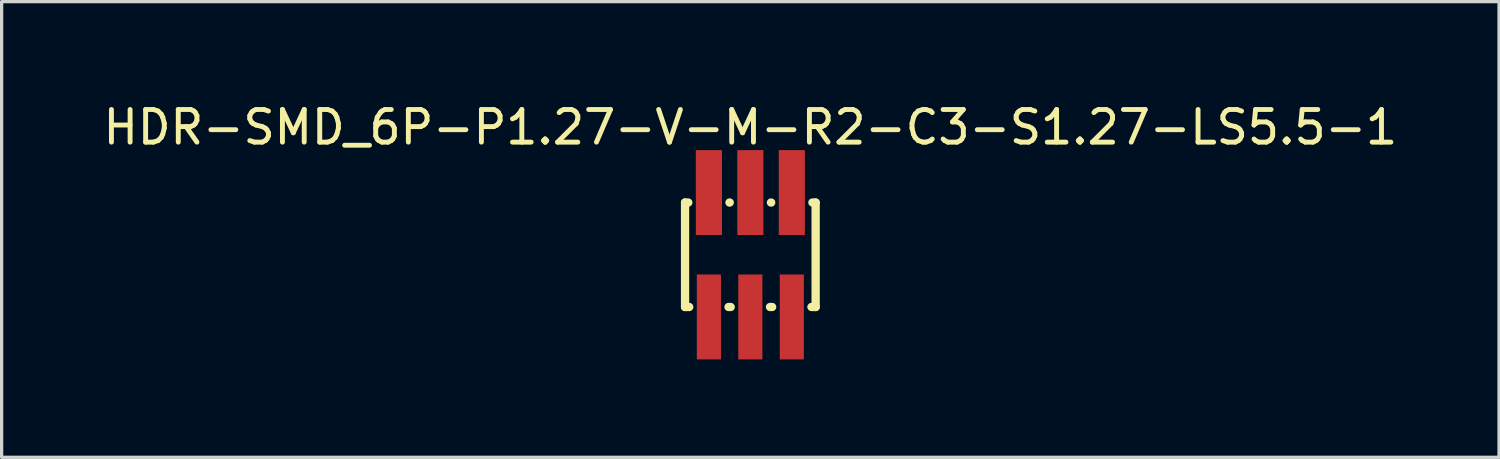
<source format=kicad_pcb>
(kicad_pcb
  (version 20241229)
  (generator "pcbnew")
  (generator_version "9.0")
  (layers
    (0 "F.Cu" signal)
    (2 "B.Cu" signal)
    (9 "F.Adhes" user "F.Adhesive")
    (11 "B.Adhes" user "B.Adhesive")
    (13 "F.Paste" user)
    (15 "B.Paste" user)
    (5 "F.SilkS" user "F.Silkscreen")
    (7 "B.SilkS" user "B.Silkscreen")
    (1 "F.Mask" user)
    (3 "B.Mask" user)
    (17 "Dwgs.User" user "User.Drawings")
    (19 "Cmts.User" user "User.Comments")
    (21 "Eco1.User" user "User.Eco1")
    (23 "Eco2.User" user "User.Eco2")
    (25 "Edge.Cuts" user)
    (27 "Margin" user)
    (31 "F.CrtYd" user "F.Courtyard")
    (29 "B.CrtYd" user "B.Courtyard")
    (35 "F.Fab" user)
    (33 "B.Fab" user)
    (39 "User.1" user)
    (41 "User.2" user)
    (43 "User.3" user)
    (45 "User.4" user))
  (footprint "HDR-SMD_6P-P1.27-V-M-R2-C3-S1.27-LS5.5-1"
    (layer "F.Cu")
    (at 19.935 4.754)
    (property "Reference" "HDR-SMD_6P-P1.27-V-M-R2-C3-S1.27-LS5.5-1" (at 0 -3.905 0) (layer "F.SilkS") (effects (font (size 1 1) (thickness 0.15))))
    (fp_line (start -2 -1.6) (end -2 1.6) (stroke (width 0.254) (type default)) (layer "F.SilkS"))
    (fp_line (start -2 1.6) (end -1.872 1.6) (stroke (width 0.254) (type default)) (layer "F.SilkS"))
    (fp_line (start -1.901 -1.6) (end -2 -1.6) (stroke (width 0.254) (type default)) (layer "F.SilkS"))
    (fp_line (start -0.668 1.6) (end -0.602 1.6) (stroke (width 0.254) (type default)) (layer "F.SilkS"))
    (fp_line (start -0.631 -1.6) (end -0.639 -1.6) (stroke (width 0.254) (type default)) (layer "F.SilkS"))
    (fp_line (start 0.602 1.6) (end 0.668 1.6) (stroke (width 0.254) (type default)) (layer "F.SilkS"))
    (fp_line (start 0.639 -1.6) (end 0.631 -1.6) (stroke (width 0.254) (type default)) (layer "F.SilkS"))
    (fp_line (start 1.872 1.6) (end 2 1.6) (stroke (width 0.254) (type default)) (layer "F.SilkS"))
    (fp_line (start 2 -1.6) (end 1.901 -1.6) (stroke (width 0.254) (type default)) (layer "F.SilkS"))
    (fp_line (start 2 1.6) (end 2 -1.6) (stroke (width 0.254) (type default)) (layer "F.SilkS"))
    (fp_poly (pts (xy -1.07 -2.75) (xy -1.07 -0.75) (xy -1.47 -0.75) (xy -1.47 -2.75)) (stroke (width 0.1) (type default)) (fill no) (layer "User.1"))
    (fp_poly (pts (xy -1.07 0.75) (xy -1.07 2.75) (xy -1.47 2.75) (xy -1.47 0.75)) (stroke (width 0.1) (type default)) (fill no) (layer "User.1"))
    (fp_poly (pts (xy 0.2 -2.75) (xy 0.2 -0.75) (xy -0.2 -0.75) (xy -0.2 -2.75)) (stroke (width 0.1) (type default)) (fill no) (layer "User.1"))
    (fp_poly (pts (xy 0.2 0.75) (xy 0.2 2.75) (xy -0.2 2.75) (xy -0.2 0.75)) (stroke (width 0.1) (type default)) (fill no) (layer "User.1"))
    (fp_poly (pts (xy 1.47 -2.75) (xy 1.47 -0.75) (xy 1.07 -0.75) (xy 1.07 -2.75)) (stroke (width 0.1) (type default)) (fill no) (layer "User.1"))
    (fp_poly (pts (xy 1.47 0.75) (xy 1.47 2.75) (xy 1.07 2.75) (xy 1.07 0.75)) (stroke (width 0.1) (type default)) (fill no) (layer "User.1"))
    (fp_line (start -1.905 -1.5) (end 1.905 -1.5) (stroke (width 0.051) (type default)) (layer "User.2"))
    (fp_line (start -1.905 1.5) (end -1.905 -1.5) (stroke (width 0.051) (type default)) (layer "User.2"))
    (fp_line (start 1.905 -1.5) (end 1.905 1.5) (stroke (width 0.051) (type default)) (layer "User.2"))
    (fp_line (start 1.905 1.5) (end -1.905 1.5) (stroke (width 0.051) (type default)) (layer "User.2"))
    (fp_poly (pts (xy -1.85 2.727) (xy -1.882 2.695) (xy -1.928 2.695) (xy -1.96 2.727) (xy -1.96 2.773) (xy -1.928 2.805) (xy -1.882 2.805) (xy -1.85 2.773)) (stroke (width 0.1) (type default)) (fill no) (layer "User.3"))
    (pad "1" smd rect (at -1.27 1.905 90) (size 2.601 0.739) (layers "F.Cu" "F.Mask" "F.Paste"))
    (pad "2" smd rect (at -1.27 -1.905 90) (size 2.601 0.8) (layers "F.Cu" "F.Mask" "F.Paste"))
    (pad "3" smd rect (at 0 1.905 90) (size 2.601 0.739) (layers "F.Cu" "F.Mask" "F.Paste"))
    (pad "4" smd rect (at 0 -1.905 90) (size 2.601 0.8) (layers "F.Cu" "F.Mask" "F.Paste"))
    (pad "5" smd rect (at 1.27 1.905 90) (size 2.601 0.739) (layers "F.Cu" "F.Mask" "F.Paste"))
    (pad "6" smd rect (at 1.27 -1.905 90) (size 2.601 0.8) (layers "F.Cu" "F.Mask" "F.Paste")))
  (gr_rect
    (start -3 -3)
    (end 42.869 10.959)
    (stroke (width 0.1) (type default))
    (fill no)
    (layer "Edge.Cuts")))
</source>
